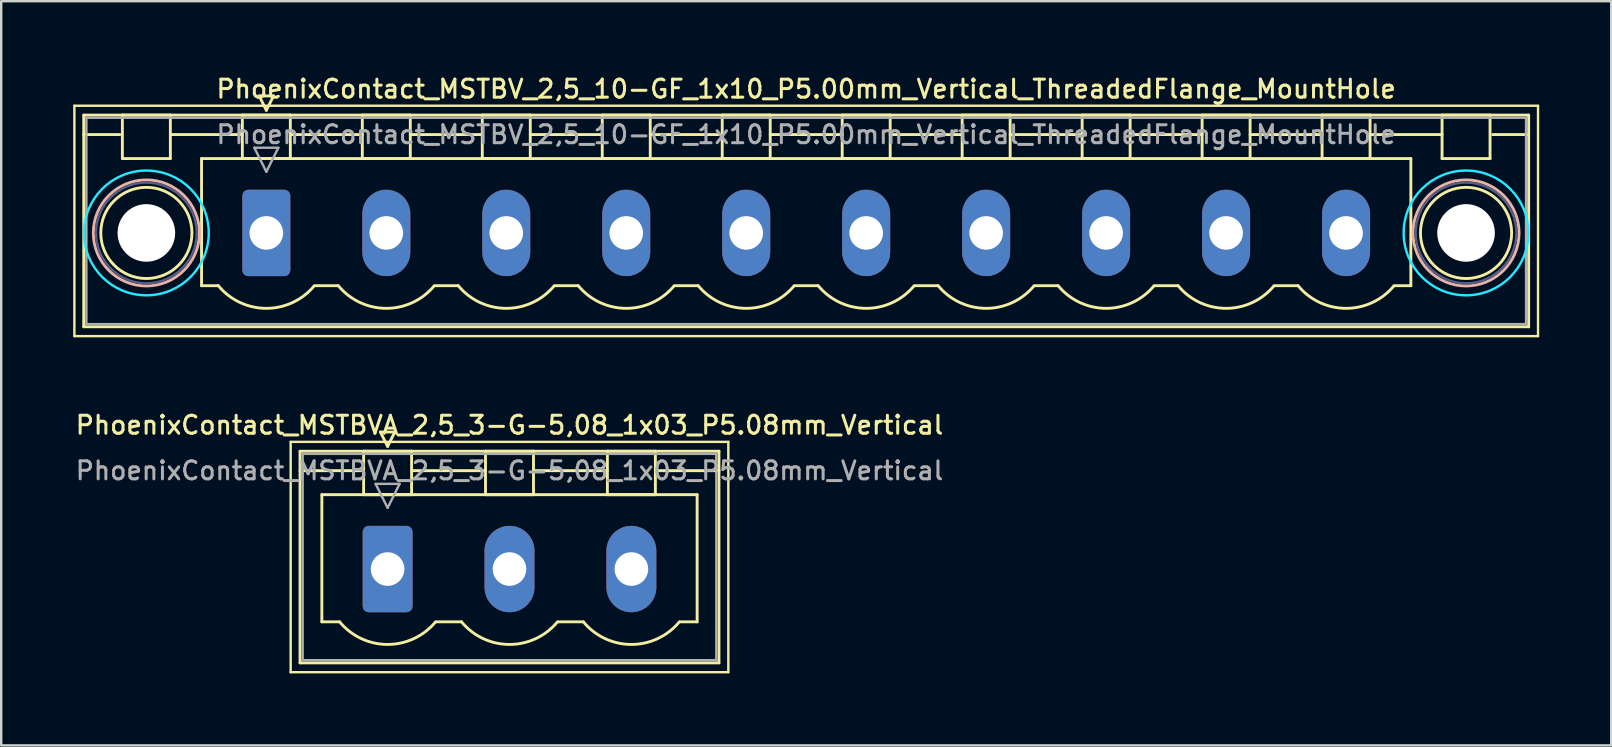
<source format=kicad_pcb>
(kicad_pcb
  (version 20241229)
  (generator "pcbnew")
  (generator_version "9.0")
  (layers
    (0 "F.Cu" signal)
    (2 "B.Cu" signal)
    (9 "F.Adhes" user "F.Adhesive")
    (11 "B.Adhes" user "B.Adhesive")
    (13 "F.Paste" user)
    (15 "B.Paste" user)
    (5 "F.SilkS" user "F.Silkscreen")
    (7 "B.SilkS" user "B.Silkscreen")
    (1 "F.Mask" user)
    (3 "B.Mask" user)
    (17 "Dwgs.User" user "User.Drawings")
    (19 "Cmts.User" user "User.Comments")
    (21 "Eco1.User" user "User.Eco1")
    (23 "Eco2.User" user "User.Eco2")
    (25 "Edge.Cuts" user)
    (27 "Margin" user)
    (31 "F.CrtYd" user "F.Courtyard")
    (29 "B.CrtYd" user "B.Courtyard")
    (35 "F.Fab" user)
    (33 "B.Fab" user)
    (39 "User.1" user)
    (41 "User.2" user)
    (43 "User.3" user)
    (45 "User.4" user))
  (footprint "PhoenixContact_MSTBVA_2,5_3-G-5,08_1x03_P5.08mm_Vertical"
    (layer "F.Cu")
    (at 13.104 20.666)
    (property "Reference" "PhoenixContact_MSTBVA_2,5_3-G-5,08_1x03_P5.08mm_Vertical" (at 5.08 -6 0) (layer "F.SilkS") (effects (font (size 0.75 0.75) (thickness 0.125))))
    (attr through_hole)
    (fp_line (start -4.04 -5.3) (end -4.04 4.3) (stroke (width 0.1) (type solid)) (layer "F.SilkS"))
    (fp_line (start -4.04 4.3) (end 14.2 4.3) (stroke (width 0.1) (type solid)) (layer "F.SilkS"))
    (fp_line (start -3.65 -4.91) (end -3.65 3.91) (stroke (width 0.12) (type solid)) (layer "F.SilkS"))
    (fp_line (start -3.65 -4.1) (end -1.11 -4.1) (stroke (width 0.12) (type solid)) (layer "F.SilkS"))
    (fp_line (start -3.65 3.91) (end 13.81 3.91) (stroke (width 0.12) (type solid)) (layer "F.SilkS"))
    (fp_line (start -2.74 -3.1) (end 12.9 -3.1) (stroke (width 0.12) (type solid)) (layer "F.SilkS"))
    (fp_line (start -2.74 2.2) (end -2.74 -3.1) (stroke (width 0.12) (type solid)) (layer "F.SilkS"))
    (fp_line (start -2 2.2) (end -2.74 2.2) (stroke (width 0.12) (type solid)) (layer "F.SilkS"))
    (fp_line (start -1 -4.91) (end 1 -4.91) (stroke (width 0.12) (type solid)) (layer "F.SilkS"))
    (fp_line (start -1 -3.1) (end -1 -4.91) (stroke (width 0.12) (type solid)) (layer "F.SilkS"))
    (fp_line (start -0.3 -5.71) (end 0.3 -5.71) (stroke (width 0.12) (type solid)) (layer "F.SilkS"))
    (fp_line (start 0 -5.11) (end -0.3 -5.71) (stroke (width 0.12) (type solid)) (layer "F.SilkS"))
    (fp_line (start 0.3 -5.71) (end 0 -5.11) (stroke (width 0.12) (type solid)) (layer "F.SilkS"))
    (fp_line (start 1 -4.91) (end 1 -3.1) (stroke (width 0.12) (type solid)) (layer "F.SilkS"))
    (fp_line (start 1 -4.1) (end 4.08 -4.1) (stroke (width 0.12) (type solid)) (layer "F.SilkS"))
    (fp_line (start 1 -3.1) (end -1 -3.1) (stroke (width 0.12) (type solid)) (layer "F.SilkS"))
    (fp_line (start 2 2.2) (end 3.08 2.2) (stroke (width 0.12) (type solid)) (layer "F.SilkS"))
    (fp_line (start 4.08 -4.91) (end 6.08 -4.91) (stroke (width 0.12) (type solid)) (layer "F.SilkS"))
    (fp_line (start 4.08 -3.1) (end 4.08 -4.91) (stroke (width 0.12) (type solid)) (layer "F.SilkS"))
    (fp_line (start 6.08 -4.91) (end 6.08 -3.1) (stroke (width 0.12) (type solid)) (layer "F.SilkS"))
    (fp_line (start 6.08 -4.1) (end 9.16 -4.1) (stroke (width 0.12) (type solid)) (layer "F.SilkS"))
    (fp_line (start 6.08 -3.1) (end 4.08 -3.1) (stroke (width 0.12) (type solid)) (layer "F.SilkS"))
    (fp_line (start 7.08 2.2) (end 8.16 2.2) (stroke (width 0.12) (type solid)) (layer "F.SilkS"))
    (fp_line (start 9.16 -4.91) (end 11.16 -4.91) (stroke (width 0.12) (type solid)) (layer "F.SilkS"))
    (fp_line (start 9.16 -3.1) (end 9.16 -4.91) (stroke (width 0.12) (type solid)) (layer "F.SilkS"))
    (fp_line (start 11.16 -4.91) (end 11.16 -3.1) (stroke (width 0.12) (type solid)) (layer "F.SilkS"))
    (fp_line (start 11.16 -3.1) (end 9.16 -3.1) (stroke (width 0.12) (type solid)) (layer "F.SilkS"))
    (fp_line (start 12.9 -3.1) (end 12.9 2.2) (stroke (width 0.12) (type solid)) (layer "F.SilkS"))
    (fp_line (start 12.9 2.2) (end 12.16 2.2) (stroke (width 0.12) (type solid)) (layer "F.SilkS"))
    (fp_line (start 13.81 -4.91) (end -3.65 -4.91) (stroke (width 0.12) (type solid)) (layer "F.SilkS"))
    (fp_line (start 13.81 -4.1) (end 11.27 -4.1) (stroke (width 0.12) (type solid)) (layer "F.SilkS"))
    (fp_line (start 13.81 3.91) (end 13.81 -4.91) (stroke (width 0.12) (type solid)) (layer "F.SilkS"))
    (fp_line (start 14.2 -5.3) (end -4.04 -5.3) (stroke (width 0.1) (type solid)) (layer "F.SilkS"))
    (fp_line (start 14.2 4.3) (end 14.2 -5.3) (stroke (width 0.1) (type solid)) (layer "F.SilkS"))
    (fp_arc (start 1.986842 2.215821) (mid -0.010289 3.142758) (end -2 2.2) (stroke (width 0.12) (type solid)) (layer "F.SilkS"))
    (fp_arc (start 7.066842 2.215821) (mid 5.069711 3.142758) (end 3.08 2.2) (stroke (width 0.12) (type solid)) (layer "F.SilkS"))
    (fp_arc (start 12.146842 2.215821) (mid 10.149711 3.142758) (end 8.16 2.2) (stroke (width 0.12) (type solid)) (layer "F.SilkS"))
    (fp_line (start -3.54 -4.8) (end -3.54 3.8) (stroke (width 0.1) (type solid)) (layer "F.Fab"))
    (fp_line (start -3.54 3.8) (end 13.7 3.8) (stroke (width 0.1) (type solid)) (layer "F.Fab"))
    (fp_line (start -0.5 -3.55) (end 0.5 -3.55) (stroke (width 0.1) (type solid)) (layer "F.Fab"))
    (fp_line (start 0 -2.55) (end -0.5 -3.55) (stroke (width 0.1) (type solid)) (layer "F.Fab"))
    (fp_line (start 0.5 -3.55) (end 0 -2.55) (stroke (width 0.1) (type solid)) (layer "F.Fab"))
    (fp_line (start 13.7 -4.8) (end -3.54 -4.8) (stroke (width 0.1) (type solid)) (layer "F.Fab"))
    (fp_line (start 13.7 3.8) (end 13.7 -4.8) (stroke (width 0.1) (type solid)) (layer "F.Fab"))
    (fp_text user "${REFERENCE}" (at 5.08 -4.1 0) (layer "F.Fab") (effects (font (size 0.75 0.75) (thickness 0.125))))
    (pad "1" thru_hole roundrect (at 0 0) (size 2.08 3.6) (drill 1.4) (layers "*.Cu" "*.Mask") (roundrect_rratio 0.12))
    (pad "2" thru_hole oval (at 5.08 0) (size 2.08 3.6) (drill 1.4) (layers "*.Cu" "*.Mask"))
    (pad "3" thru_hole oval (at 10.16 0) (size 2.08 3.6) (drill 1.4) (layers "*.Cu" "*.Mask")))
  (footprint "PhoenixContact_MSTBV_2,5_10-GF_1x10_P5.00mm_Vertical_ThreadedFlange_MountHole"
    (layer "F.Cu")
    (at 8.05 6.658)
    (property "Reference" "PhoenixContact_MSTBV_2,5_10-GF_1x10_P5.00mm_Vertical_ThreadedFlange_MountHole" (at 22.5 -6 0) (layer "F.SilkS") (effects (font (size 0.75 0.75) (thickness 0.125))))
    (attr through_hole)
    (fp_line (start -8 -5.3) (end -8 4.3) (stroke (width 0.1) (type solid)) (layer "F.SilkS"))
    (fp_line (start -8 4.3) (end 53 4.3) (stroke (width 0.1) (type solid)) (layer "F.SilkS"))
    (fp_line (start -7.61 -4.91) (end -7.61 3.91) (stroke (width 0.12) (type solid)) (layer "F.SilkS"))
    (fp_line (start -7.61 -4.1) (end -6.11 -4.1) (stroke (width 0.12) (type solid)) (layer "F.SilkS"))
    (fp_line (start -7.61 3.91) (end 52.61 3.91) (stroke (width 0.12) (type solid)) (layer "F.SilkS"))
    (fp_line (start -6 -4.91) (end -4 -4.91) (stroke (width 0.12) (type solid)) (layer "F.SilkS"))
    (fp_line (start -6 -3.1) (end -6 -4.91) (stroke (width 0.12) (type solid)) (layer "F.SilkS"))
    (fp_line (start -4 -4.91) (end -4 -3.1) (stroke (width 0.12) (type solid)) (layer "F.SilkS"))
    (fp_line (start -4 -4.1) (end -1 -4.1) (stroke (width 0.12) (type solid)) (layer "F.SilkS"))
    (fp_line (start -4 -3.1) (end -6 -3.1) (stroke (width 0.12) (type solid)) (layer "F.SilkS"))
    (fp_line (start -2.7 -3.1) (end 47.7 -3.1) (stroke (width 0.12) (type solid)) (layer "F.SilkS"))
    (fp_line (start -2.7 2.2) (end -2.7 -3.1) (stroke (width 0.12) (type solid)) (layer "F.SilkS"))
    (fp_line (start -2 2.2) (end -2.7 2.2) (stroke (width 0.12) (type solid)) (layer "F.SilkS"))
    (fp_line (start -1 -4.91) (end 1 -4.91) (stroke (width 0.12) (type solid)) (layer "F.SilkS"))
    (fp_line (start -1 -3.1) (end -1 -4.91) (stroke (width 0.12) (type solid)) (layer "F.SilkS"))
    (fp_line (start -0.3 -5.71) (end 0.3 -5.71) (stroke (width 0.12) (type solid)) (layer "F.SilkS"))
    (fp_line (start 0 -5.11) (end -0.3 -5.71) (stroke (width 0.12) (type solid)) (layer "F.SilkS"))
    (fp_line (start 0.3 -5.71) (end 0 -5.11) (stroke (width 0.12) (type solid)) (layer "F.SilkS"))
    (fp_line (start 1 -4.91) (end 1 -3.1) (stroke (width 0.12) (type solid)) (layer "F.SilkS"))
    (fp_line (start 1 -4.1) (end 4 -4.1) (stroke (width 0.12) (type solid)) (layer "F.SilkS"))
    (fp_line (start 1 -3.1) (end -1 -3.1) (stroke (width 0.12) (type solid)) (layer "F.SilkS"))
    (fp_line (start 2 2.2) (end 3 2.2) (stroke (width 0.12) (type solid)) (layer "F.SilkS"))
    (fp_line (start 4 -4.91) (end 6 -4.91) (stroke (width 0.12) (type solid)) (layer "F.SilkS"))
    (fp_line (start 4 -3.1) (end 4 -4.91) (stroke (width 0.12) (type solid)) (layer "F.SilkS"))
    (fp_line (start 6 -4.91) (end 6 -3.1) (stroke (width 0.12) (type solid)) (layer "F.SilkS"))
    (fp_line (start 6 -4.1) (end 9 -4.1) (stroke (width 0.12) (type solid)) (layer "F.SilkS"))
    (fp_line (start 6 -3.1) (end 4 -3.1) (stroke (width 0.12) (type solid)) (layer "F.SilkS"))
    (fp_line (start 7 2.2) (end 8 2.2) (stroke (width 0.12) (type solid)) (layer "F.SilkS"))
    (fp_line (start 9 -4.91) (end 11 -4.91) (stroke (width 0.12) (type solid)) (layer "F.SilkS"))
    (fp_line (start 9 -3.1) (end 9 -4.91) (stroke (width 0.12) (type solid)) (layer "F.SilkS"))
    (fp_line (start 11 -4.91) (end 11 -3.1) (stroke (width 0.12) (type solid)) (layer "F.SilkS"))
    (fp_line (start 11 -4.1) (end 14 -4.1) (stroke (width 0.12) (type solid)) (layer "F.SilkS"))
    (fp_line (start 11 -3.1) (end 9 -3.1) (stroke (width 0.12) (type solid)) (layer "F.SilkS"))
    (fp_line (start 12 2.2) (end 13 2.2) (stroke (width 0.12) (type solid)) (layer "F.SilkS"))
    (fp_line (start 14 -4.91) (end 16 -4.91) (stroke (width 0.12) (type solid)) (layer "F.SilkS"))
    (fp_line (start 14 -3.1) (end 14 -4.91) (stroke (width 0.12) (type solid)) (layer "F.SilkS"))
    (fp_line (start 16 -4.91) (end 16 -3.1) (stroke (width 0.12) (type solid)) (layer "F.SilkS"))
    (fp_line (start 16 -4.1) (end 19 -4.1) (stroke (width 0.12) (type solid)) (layer "F.SilkS"))
    (fp_line (start 16 -3.1) (end 14 -3.1) (stroke (width 0.12) (type solid)) (layer "F.SilkS"))
    (fp_line (start 17 2.2) (end 18 2.2) (stroke (width 0.12) (type solid)) (layer "F.SilkS"))
    (fp_line (start 19 -4.91) (end 21 -4.91) (stroke (width 0.12) (type solid)) (layer "F.SilkS"))
    (fp_line (start 19 -3.1) (end 19 -4.91) (stroke (width 0.12) (type solid)) (layer "F.SilkS"))
    (fp_line (start 21 -4.91) (end 21 -3.1) (stroke (width 0.12) (type solid)) (layer "F.SilkS"))
    (fp_line (start 21 -4.1) (end 24 -4.1) (stroke (width 0.12) (type solid)) (layer "F.SilkS"))
    (fp_line (start 21 -3.1) (end 19 -3.1) (stroke (width 0.12) (type solid)) (layer "F.SilkS"))
    (fp_line (start 22 2.2) (end 23 2.2) (stroke (width 0.12) (type solid)) (layer "F.SilkS"))
    (fp_line (start 24 -4.91) (end 26 -4.91) (stroke (width 0.12) (type solid)) (layer "F.SilkS"))
    (fp_line (start 24 -3.1) (end 24 -4.91) (stroke (width 0.12) (type solid)) (layer "F.SilkS"))
    (fp_line (start 26 -4.91) (end 26 -3.1) (stroke (width 0.12) (type solid)) (layer "F.SilkS"))
    (fp_line (start 26 -4.1) (end 29 -4.1) (stroke (width 0.12) (type solid)) (layer "F.SilkS"))
    (fp_line (start 26 -3.1) (end 24 -3.1) (stroke (width 0.12) (type solid)) (layer "F.SilkS"))
    (fp_line (start 27 2.2) (end 28 2.2) (stroke (width 0.12) (type solid)) (layer "F.SilkS"))
    (fp_line (start 29 -4.91) (end 31 -4.91) (stroke (width 0.12) (type solid)) (layer "F.SilkS"))
    (fp_line (start 29 -3.1) (end 29 -4.91) (stroke (width 0.12) (type solid)) (layer "F.SilkS"))
    (fp_line (start 31 -4.91) (end 31 -3.1) (stroke (width 0.12) (type solid)) (layer "F.SilkS"))
    (fp_line (start 31 -4.1) (end 34 -4.1) (stroke (width 0.12) (type solid)) (layer "F.SilkS"))
    (fp_line (start 31 -3.1) (end 29 -3.1) (stroke (width 0.12) (type solid)) (layer "F.SilkS"))
    (fp_line (start 32 2.2) (end 33 2.2) (stroke (width 0.12) (type solid)) (layer "F.SilkS"))
    (fp_line (start 34 -4.91) (end 36 -4.91) (stroke (width 0.12) (type solid)) (layer "F.SilkS"))
    (fp_line (start 34 -3.1) (end 34 -4.91) (stroke (width 0.12) (type solid)) (layer "F.SilkS"))
    (fp_line (start 36 -4.91) (end 36 -3.1) (stroke (width 0.12) (type solid)) (layer "F.SilkS"))
    (fp_line (start 36 -4.1) (end 39 -4.1) (stroke (width 0.12) (type solid)) (layer "F.SilkS"))
    (fp_line (start 36 -3.1) (end 34 -3.1) (stroke (width 0.12) (type solid)) (layer "F.SilkS"))
    (fp_line (start 37 2.2) (end 38 2.2) (stroke (width 0.12) (type solid)) (layer "F.SilkS"))
    (fp_line (start 39 -4.91) (end 41 -4.91) (stroke (width 0.12) (type solid)) (layer "F.SilkS"))
    (fp_line (start 39 -3.1) (end 39 -4.91) (stroke (width 0.12) (type solid)) (layer "F.SilkS"))
    (fp_line (start 41 -4.91) (end 41 -3.1) (stroke (width 0.12) (type solid)) (layer "F.SilkS"))
    (fp_line (start 41 -4.1) (end 44 -4.1) (stroke (width 0.12) (type solid)) (layer "F.SilkS"))
    (fp_line (start 41 -3.1) (end 39 -3.1) (stroke (width 0.12) (type solid)) (layer "F.SilkS"))
    (fp_line (start 42 2.2) (end 43 2.2) (stroke (width 0.12) (type solid)) (layer "F.SilkS"))
    (fp_line (start 44 -4.91) (end 46 -4.91) (stroke (width 0.12) (type solid)) (layer "F.SilkS"))
    (fp_line (start 44 -3.1) (end 44 -4.91) (stroke (width 0.12) (type solid)) (layer "F.SilkS"))
    (fp_line (start 46 -4.91) (end 46 -3.1) (stroke (width 0.12) (type solid)) (layer "F.SilkS"))
    (fp_line (start 46 -4.1) (end 49 -4.1) (stroke (width 0.12) (type solid)) (layer "F.SilkS"))
    (fp_line (start 46 -3.1) (end 44 -3.1) (stroke (width 0.12) (type solid)) (layer "F.SilkS"))
    (fp_line (start 47.7 -3.1) (end 47.7 2.2) (stroke (width 0.12) (type solid)) (layer "F.SilkS"))
    (fp_line (start 47.7 2.2) (end 47 2.2) (stroke (width 0.12) (type solid)) (layer "F.SilkS"))
    (fp_line (start 49 -4.91) (end 51 -4.91) (stroke (width 0.12) (type solid)) (layer "F.SilkS"))
    (fp_line (start 49 -3.1) (end 49 -4.91) (stroke (width 0.12) (type solid)) (layer "F.SilkS"))
    (fp_line (start 51 -4.91) (end 51 -3.1) (stroke (width 0.12) (type solid)) (layer "F.SilkS"))
    (fp_line (start 51 -3.1) (end 49 -3.1) (stroke (width 0.12) (type solid)) (layer "F.SilkS"))
    (fp_line (start 52.61 -4.91) (end -7.61 -4.91) (stroke (width 0.12) (type solid)) (layer "F.SilkS"))
    (fp_line (start 52.61 -4.1) (end 51.11 -4.1) (stroke (width 0.12) (type solid)) (layer "F.SilkS"))
    (fp_line (start 52.61 3.91) (end 52.61 -4.91) (stroke (width 0.12) (type solid)) (layer "F.SilkS"))
    (fp_line (start 53 -5.3) (end -8 -5.3) (stroke (width 0.1) (type solid)) (layer "F.SilkS"))
    (fp_line (start 53 4.3) (end 53 -5.3) (stroke (width 0.1) (type solid)) (layer "F.SilkS"))
    (fp_arc (start 1.986842 2.215821) (mid -0.010289 3.142758) (end -2 2.2) (stroke (width 0.12) (type solid)) (layer "F.SilkS"))
    (fp_arc (start 6.986842 2.215821) (mid 4.989711 3.142758) (end 3 2.2) (stroke (width 0.12) (type solid)) (layer "F.SilkS"))
    (fp_arc (start 11.986842 2.215821) (mid 9.989711 3.142758) (end 8 2.2) (stroke (width 0.12) (type solid)) (layer "F.SilkS"))
    (fp_arc (start 16.986842 2.215821) (mid 14.989711 3.142758) (end 13 2.2) (stroke (width 0.12) (type solid)) (layer "F.SilkS"))
    (fp_arc (start 21.986842 2.215821) (mid 19.989711 3.142758) (end 18 2.2) (stroke (width 0.12) (type solid)) (layer "F.SilkS"))
    (fp_arc (start 26.986842 2.215821) (mid 24.989711 3.142758) (end 23 2.2) (stroke (width 0.12) (type solid)) (layer "F.SilkS"))
    (fp_arc (start 31.986842 2.215821) (mid 29.989711 3.142758) (end 28 2.2) (stroke (width 0.12) (type solid)) (layer "F.SilkS"))
    (fp_arc (start 36.986842 2.215821) (mid 34.989711 3.142758) (end 33 2.2) (stroke (width 0.12) (type solid)) (layer "F.SilkS"))
    (fp_arc (start 41.986842 2.215821) (mid 39.989711 3.142758) (end 38 2.2) (stroke (width 0.12) (type solid)) (layer "F.SilkS"))
    (fp_arc (start 46.986842 2.215821) (mid 44.989711 3.142758) (end 43 2.2) (stroke (width 0.12) (type solid)) (layer "F.SilkS"))
    (fp_circle (center -5 0) (end -3.1 0) (stroke (width 0.12) (type solid)) (fill no) (layer "F.SilkS"))
    (fp_circle (center 50 0) (end 51.9 0) (stroke (width 0.12) (type solid)) (fill no) (layer "F.SilkS"))
    (fp_circle (center -5 0) (end -2.79 0) (stroke (width 0.12) (type solid)) (fill no) (layer "B.SilkS"))
    (fp_circle (center 50 0) (end 52.21 0) (stroke (width 0.12) (type solid)) (fill no) (layer "B.SilkS"))
    (fp_circle (center -5 0) (end -2.4 0) (stroke (width 0.1) (type solid)) (fill no) (layer "B.CrtYd"))
    (fp_circle (center 50 0) (end 52.6 0) (stroke (width 0.1) (type solid)) (fill no) (layer "B.CrtYd"))
    (fp_circle (center -5 0) (end -2.9 0) (stroke (width 0.1) (type solid)) (fill no) (layer "B.Fab"))
    (fp_circle (center 50 0) (end 52.1 0) (stroke (width 0.1) (type solid)) (fill no) (layer "B.Fab"))
    (fp_line (start -7.5 -4.8) (end -7.5 3.8) (stroke (width 0.1) (type solid)) (layer "F.Fab"))
    (fp_line (start -7.5 3.8) (end 52.5 3.8) (stroke (width 0.1) (type solid)) (layer "F.Fab"))
    (fp_line (start -0.5 -3.55) (end 0.5 -3.55) (stroke (width 0.1) (type solid)) (layer "F.Fab"))
    (fp_line (start 0 -2.55) (end -0.5 -3.55) (stroke (width 0.1) (type solid)) (layer "F.Fab"))
    (fp_line (start 0.5 -3.55) (end 0 -2.55) (stroke (width 0.1) (type solid)) (layer "F.Fab"))
    (fp_line (start 52.5 -4.8) (end -7.5 -4.8) (stroke (width 0.1) (type solid)) (layer "F.Fab"))
    (fp_line (start 52.5 3.8) (end 52.5 -4.8) (stroke (width 0.1) (type solid)) (layer "F.Fab"))
    (fp_text user "${REFERENCE}" (at 22.5 -4.1 0) (layer "F.Fab") (effects (font (size 0.75 0.75) (thickness 0.125))))
    (pad "" np_thru_hole circle (at -5 0) (size 2.4 2.4) (drill 2.4) (layers "*.Cu" "*.Mask"))
    (pad "" np_thru_hole circle (at 50 0) (size 2.4 2.4) (drill 2.4) (layers "*.Cu" "*.Mask"))
    (pad "1" thru_hole roundrect (at 0 0) (size 2 3.6) (drill 1.4) (layers "*.Cu" "*.Mask") (roundrect_rratio 0.125))
    (pad "2" thru_hole oval (at 5 0) (size 2 3.6) (drill 1.4) (layers "*.Cu" "*.Mask"))
    (pad "3" thru_hole oval (at 10 0) (size 2 3.6) (drill 1.4) (layers "*.Cu" "*.Mask"))
    (pad "4" thru_hole oval (at 15 0) (size 2 3.6) (drill 1.4) (layers "*.Cu" "*.Mask"))
    (pad "5" thru_hole oval (at 20 0) (size 2 3.6) (drill 1.4) (layers "*.Cu" "*.Mask"))
    (pad "6" thru_hole oval (at 25 0) (size 2 3.6) (drill 1.4) (layers "*.Cu" "*.Mask"))
    (pad "7" thru_hole oval (at 30 0) (size 2 3.6) (drill 1.4) (layers "*.Cu" "*.Mask"))
    (pad "8" thru_hole oval (at 35 0) (size 2 3.6) (drill 1.4) (layers "*.Cu" "*.Mask"))
    (pad "9" thru_hole oval (at 40 0) (size 2 3.6) (drill 1.4) (layers "*.Cu" "*.Mask"))
    (pad "10" thru_hole oval (at 45 0) (size 2 3.6) (drill 1.4) (layers "*.Cu" "*.Mask")))
  (gr_rect
    (start -3 -3)
    (end 64.1 28.016)
    (stroke (width 0.1) (type default))
    (fill no)
    (layer "Edge.Cuts")))
</source>
